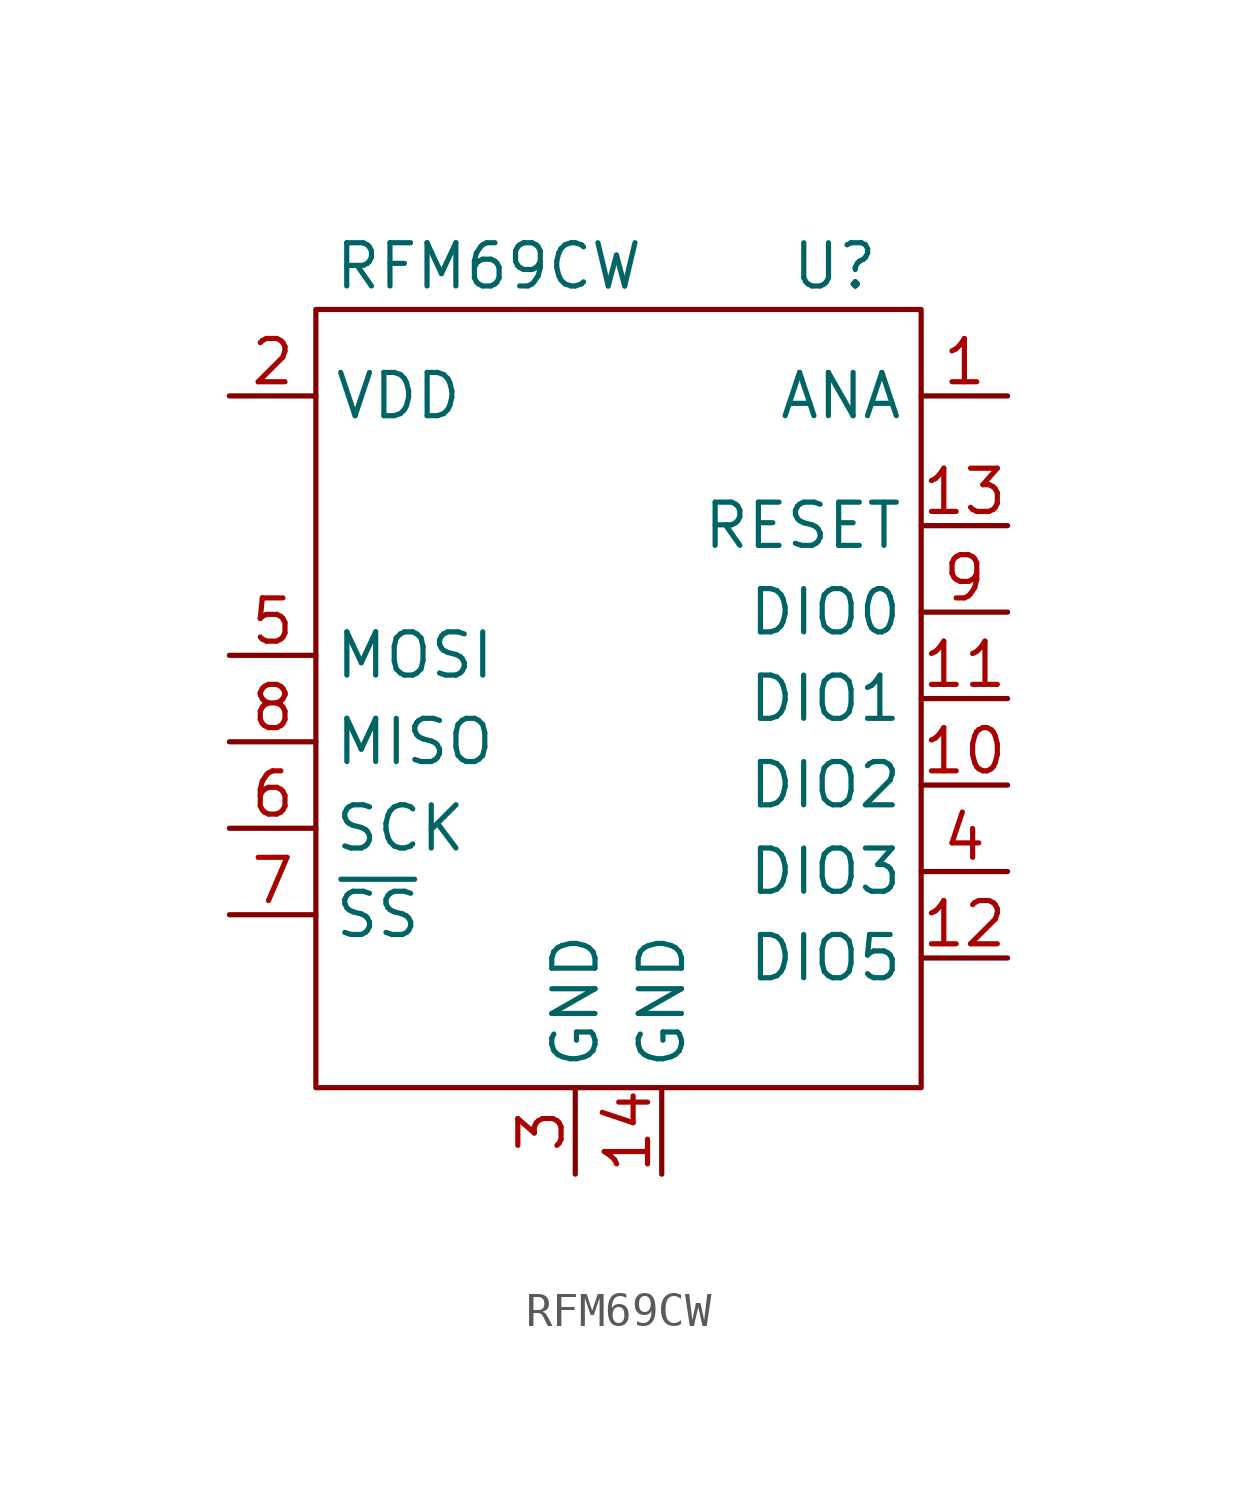
<source format=kicad_sym>
(kicad_symbol_lib
  (version 20211014)
  (generator kicad_symbol_editor)
  (symbol "RFM69CW"
    (property "Reference" "U"
      (at 6.35 12.7 0)
      (effects (font (size 1.27 1.27))))
    (property "Value" "RFM69CW"
      (at -3.81 12.7 0)
      (effects (font (size 1.27 1.27))))
    (symbol "RFM69CW_0_1"
      (rectangle (start -8.89 11.43) (end 8.89 -11.43) (stroke (width 0) (type default) (color 0 0 0 0)) (fill (type none))))
    (symbol "RFM69CW_1_1"
      (pin output line (at 11.43 8.89 180) (length 2.54) (name "ANA" (effects (font (size 1.27 1.27)))) (number "1" (effects (font (size 1.27 1.27)))))
      (pin bidirectional line (at 11.43 -2.54 180) (length 2.54) (name "DIO2" (effects (font (size 1.27 1.27)))) (number "10" (effects (font (size 1.27 1.27)))))
      (pin bidirectional line (at 11.43 0 180) (length 2.54) (name "DIO1" (effects (font (size 1.27 1.27)))) (number "11" (effects (font (size 1.27 1.27)))))
      (pin bidirectional line (at 11.43 -7.62 180) (length 2.54) (name "DIO5" (effects (font (size 1.27 1.27)))) (number "12" (effects (font (size 1.27 1.27)))))
      (pin output line (at 11.43 5.08 180) (length 2.54) (name "RESET" (effects (font (size 1.27 1.27)))) (number "13" (effects (font (size 1.27 1.27)))))
      (pin power_in line (at 1.27 -13.97 90) (length 2.54) (name "GND" (effects (font (size 1.27 1.27)))) (number "14" (effects (font (size 1.27 1.27)))))
      (pin power_in line (at -11.43 8.89 0) (length 2.54) (name "VDD" (effects (font (size 1.27 1.27)))) (number "2" (effects (font (size 1.27 1.27)))))
      (pin power_in line (at -1.27 -13.97 90) (length 2.54) (name "GND" (effects (font (size 1.27 1.27)))) (number "3" (effects (font (size 1.27 1.27)))))
      (pin bidirectional line (at 11.43 -5.08 180) (length 2.54) (name "DIO3" (effects (font (size 1.27 1.27)))) (number "4" (effects (font (size 1.27 1.27)))))
      (pin input line (at -11.43 1.27 0) (length 2.54) (name "MOSI" (effects (font (size 1.27 1.27)))) (number "5" (effects (font (size 1.27 1.27)))))
      (pin input line (at -11.43 -3.81 0) (length 2.54) (name "SCK" (effects (font (size 1.27 1.27)))) (number "6" (effects (font (size 1.27 1.27)))))
      (pin input line (at -11.43 -6.35 0) (length 2.54) (name "~{SS}" (effects (font (size 1.27 1.27)))) (number "7" (effects (font (size 1.27 1.27)))))
      (pin output line (at -11.43 -1.27 0) (length 2.54) (name "MISO" (effects (font (size 1.27 1.27)))) (number "8" (effects (font (size 1.27 1.27)))))
      (pin bidirectional line (at 11.43 2.54 180) (length 2.54) (name "DIO0" (effects (font (size 1.27 1.27)))) (number "9" (effects (font (size 1.27 1.27))))))))
</source>
